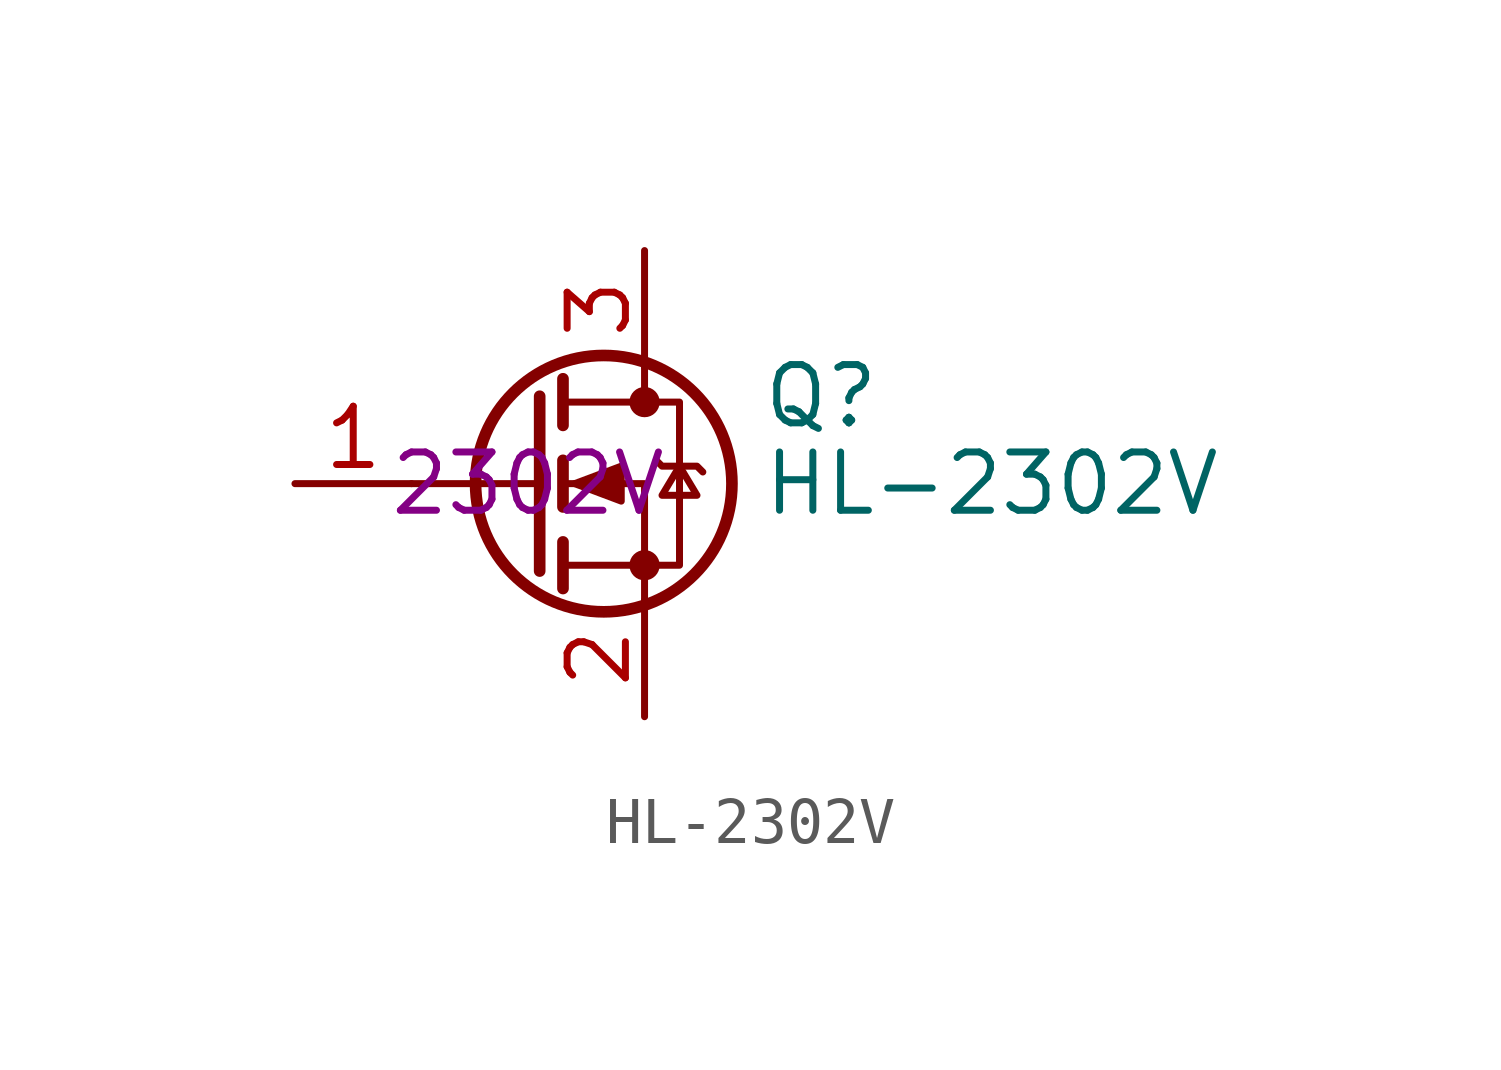
<source format=kicad_sym>
(kicad_symbol_lib
  (version 20231120)
  (generator "kicad_symbol_editor")
  (generator_version "8.0")
  (symbol "HL-2302V"
    (pin_names hide)
    (property "Reference" "Q"
      (at 5.08 1.905 0)
      (effects (font (size 1.27 1.27)) (justify left)))
    (property "Value" "HL-2302V"
      (at 5.08 0 0)
      (effects (font (size 1.27 1.27)) (justify left)))
    (property "Part Number" "2302V"
      (at 0 0 0)
      (effects (font (size 1.27 1.27))))
    (symbol "HL-2302V_0_1"
      (polyline (pts (xy 0.254 0) (xy -2.54 0)) (stroke (width 0) (type default)) (fill (type none)))
      (polyline (pts (xy 0.254 1.905) (xy 0.254 -1.905)) (stroke (width 0.254) (type default)) (fill (type none)))
      (polyline (pts (xy 0.762 -1.27) (xy 0.762 -2.286)) (stroke (width 0.254) (type default)) (fill (type none)))
      (polyline (pts (xy 0.762 0.508) (xy 0.762 -0.508)) (stroke (width 0.254) (type default)) (fill (type none)))
      (polyline (pts (xy 0.762 2.286) (xy 0.762 1.27)) (stroke (width 0.254) (type default)) (fill (type none)))
      (polyline (pts (xy 2.54 2.54) (xy 2.54 1.778)) (stroke (width 0) (type default)) (fill (type none)))
      (polyline (pts (xy 2.54 -2.54) (xy 2.54 0) (xy 0.762 0)) (stroke (width 0) (type default)) (fill (type none)))
      (polyline (pts (xy 0.762 -1.778) (xy 3.302 -1.778) (xy 3.302 1.778) (xy 0.762 1.778)) (stroke (width 0) (type default)) (fill (type none)))
      (polyline (pts (xy 1.016 0) (xy 2.032 0.381) (xy 2.032 -0.381) (xy 1.016 0)) (stroke (width 0) (type default)) (fill (type outline)))
      (polyline (pts (xy 2.794 0.508) (xy 2.921 0.381) (xy 3.683 0.381) (xy 3.81 0.254)) (stroke (width 0) (type default)) (fill (type none)))
      (polyline (pts (xy 3.302 0.381) (xy 2.921 -0.254) (xy 3.683 -0.254) (xy 3.302 0.381)) (stroke (width 0) (type default)) (fill (type none)))
      (circle (center 1.651 0) (radius 2.794) (stroke (width 0.254) (type default)) (fill (type none)))
      (circle (center 2.54 -1.778) (radius 0.254) (stroke (width 0) (type default)) (fill (type outline)))
      (circle (center 2.54 1.778) (radius 0.254) (stroke (width 0) (type default)) (fill (type outline))))
    (symbol "HL-2302V_1_1"
      (pin input line (at -5.08 0 0) (length 2.54) (name "G" (effects (font (size 1.27 1.27)))) (number "1" (effects (font (size 1.27 1.27)))))
      (pin passive line (at 2.54 -5.08 90) (length 2.54) (name "S" (effects (font (size 1.27 1.27)))) (number "2" (effects (font (size 1.27 1.27)))))
      (pin passive line (at 2.54 5.08 270) (length 2.54) (name "D" (effects (font (size 1.27 1.27)))) (number "3" (effects (font (size 1.27 1.27))))))))
</source>
